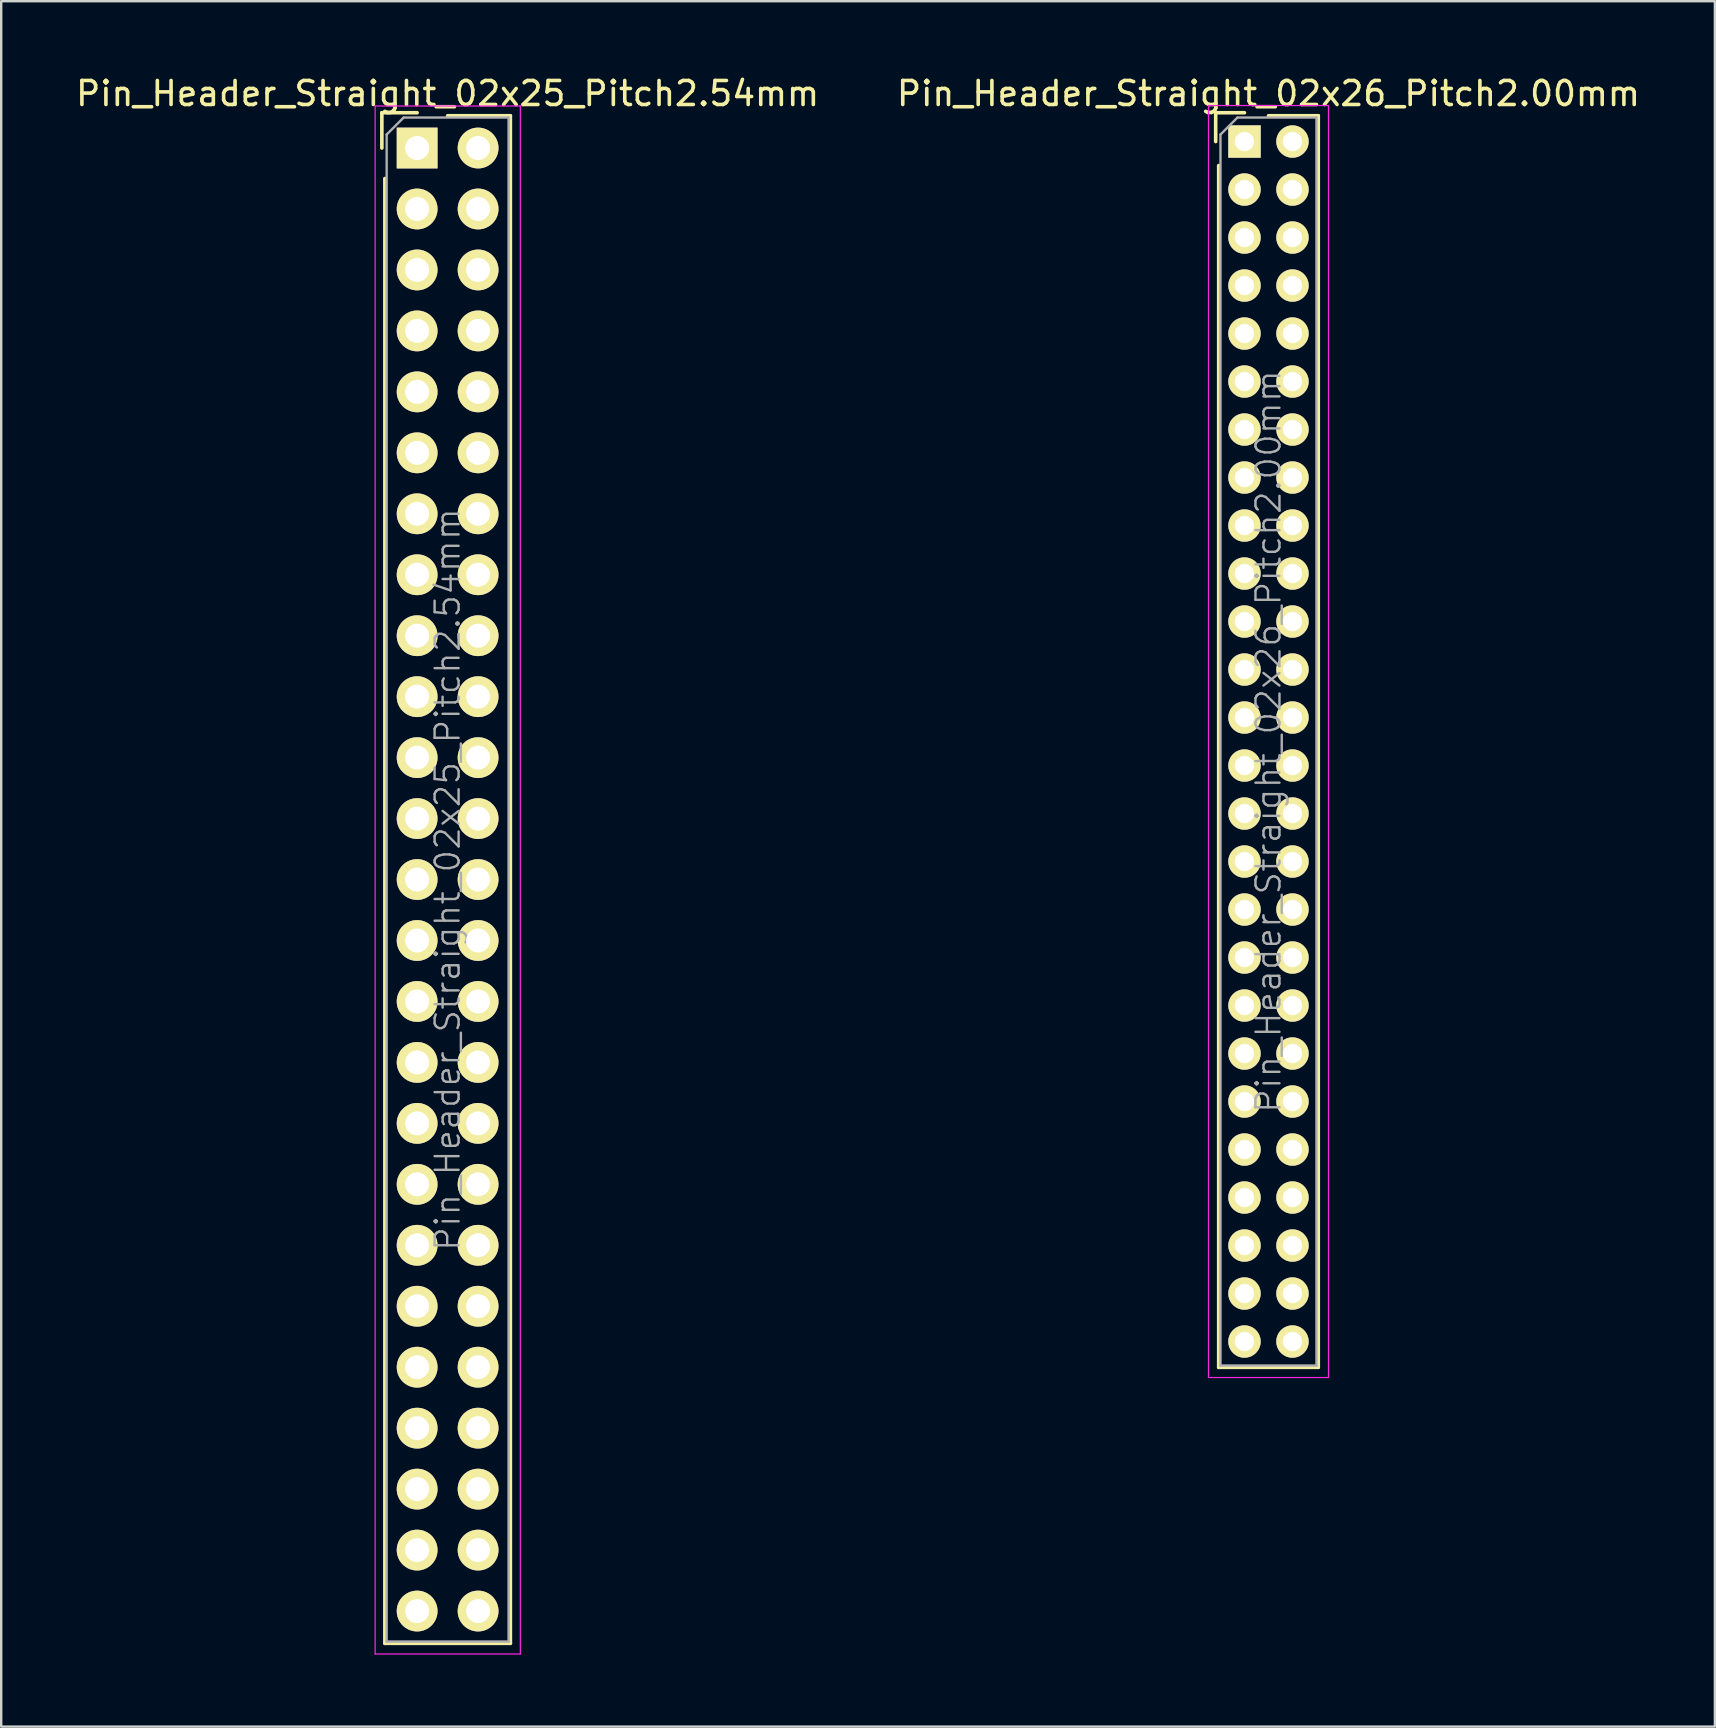
<source format=kicad_pcb>
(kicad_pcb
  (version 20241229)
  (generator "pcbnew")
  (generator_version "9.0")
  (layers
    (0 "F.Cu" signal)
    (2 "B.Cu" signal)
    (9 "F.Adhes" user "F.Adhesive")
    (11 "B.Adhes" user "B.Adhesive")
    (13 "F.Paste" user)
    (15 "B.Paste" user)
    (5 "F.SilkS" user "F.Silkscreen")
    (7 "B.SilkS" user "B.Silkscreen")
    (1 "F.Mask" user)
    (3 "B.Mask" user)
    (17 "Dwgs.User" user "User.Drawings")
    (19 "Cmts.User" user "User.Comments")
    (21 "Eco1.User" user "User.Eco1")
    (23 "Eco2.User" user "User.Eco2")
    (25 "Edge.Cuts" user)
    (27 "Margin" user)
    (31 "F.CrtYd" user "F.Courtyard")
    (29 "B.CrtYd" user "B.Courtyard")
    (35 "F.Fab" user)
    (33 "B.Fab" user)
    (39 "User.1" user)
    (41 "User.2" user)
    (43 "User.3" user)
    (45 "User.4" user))
  (footprint "Pin_Header_Straight_02x26_Pitch2.00mm"
    (layer "F.Cu")
    (at 48.804 2.848)
    (property "Reference" "Pin_Header_Straight_02x26_Pitch2.00mm" (at 1 -2 0) (layer "F.SilkS") (effects (font (size 1 1) (thickness 0.15))))
    (attr smd)
    (fp_line (start -1.2 -1.2) (end -1.2 0) (stroke (width 0.15) (type solid)) (layer "F.SilkS"))
    (fp_line (start -1.2 -1.2) (end 0 -1.2) (stroke (width 0.15) (type solid)) (layer "F.SilkS"))
    (fp_line (start -1.075 1) (end -1.075 51.075) (stroke (width 0.15) (type solid)) (layer "F.SilkS"))
    (fp_line (start -1.075 51.075) (end 3.075 51.075) (stroke (width 0.15) (type solid)) (layer "F.SilkS"))
    (fp_line (start 1 -1.075) (end 3.075 -1.075) (stroke (width 0.15) (type solid)) (layer "F.SilkS"))
    (fp_line (start 3.075 -1.075) (end 3.075 51.075) (stroke (width 0.15) (type solid)) (layer "F.SilkS"))
    (fp_line (start -1.5 -1.5) (end -1.5 51.5) (stroke (width 0.05) (type solid)) (layer "F.CrtYd"))
    (fp_line (start 3.5 -1.5) (end -1.5 -1.5) (stroke (width 0.05) (type solid)) (layer "F.CrtYd"))
    (fp_line (start 3.5 -1.5) (end 3.5 51.5) (stroke (width 0.05) (type solid)) (layer "F.CrtYd"))
    (fp_line (start 3.5 51.5) (end -1.5 51.5) (stroke (width 0.05) (type solid)) (layer "F.CrtYd"))
    (fp_line (start -1 -0.293) (end -0.293 -1) (stroke (width 0.1) (type solid)) (layer "F.Fab"))
    (fp_line (start -1 51) (end -1 -0.293) (stroke (width 0.1) (type solid)) (layer "F.Fab"))
    (fp_line (start 3 -1) (end -0.293 -1) (stroke (width 0.1) (type solid)) (layer "F.Fab"))
    (fp_line (start 3 51) (end -1 51) (stroke (width 0.1) (type solid)) (layer "F.Fab"))
    (fp_line (start 3 51) (end 3 -1) (stroke (width 0.1) (type solid)) (layer "F.Fab"))
    (fp_text user "${REFERENCE}" (at 1 25 90) (layer "F.Fab") (effects (font (size 1 1) (thickness 0.1))))
    (pad "1" thru_hole rect (at 0 0) (size 1.35 1.35) (drill 0.8) (layers "*.Cu" "*.Mask" "F.SilkS"))
    (pad "2" thru_hole oval (at 2 0) (size 1.35 1.35) (drill 0.8) (layers "*.Cu" "*.Mask" "F.SilkS"))
    (pad "3" thru_hole oval (at 0 2) (size 1.35 1.35) (drill 0.8) (layers "*.Cu" "*.Mask" "F.SilkS"))
    (pad "4" thru_hole oval (at 2 2) (size 1.35 1.35) (drill 0.8) (layers "*.Cu" "*.Mask" "F.SilkS"))
    (pad "5" thru_hole oval (at 0 4) (size 1.35 1.35) (drill 0.8) (layers "*.Cu" "*.Mask" "F.SilkS"))
    (pad "6" thru_hole oval (at 2 4) (size 1.35 1.35) (drill 0.8) (layers "*.Cu" "*.Mask" "F.SilkS"))
    (pad "7" thru_hole oval (at 0 6) (size 1.35 1.35) (drill 0.8) (layers "*.Cu" "*.Mask" "F.SilkS"))
    (pad "8" thru_hole oval (at 2 6) (size 1.35 1.35) (drill 0.8) (layers "*.Cu" "*.Mask" "F.SilkS"))
    (pad "9" thru_hole oval (at 0 8) (size 1.35 1.35) (drill 0.8) (layers "*.Cu" "*.Mask" "F.SilkS"))
    (pad "10" thru_hole oval (at 2 8) (size 1.35 1.35) (drill 0.8) (layers "*.Cu" "*.Mask" "F.SilkS"))
    (pad "11" thru_hole oval (at 0 10) (size 1.35 1.35) (drill 0.8) (layers "*.Cu" "*.Mask" "F.SilkS"))
    (pad "12" thru_hole oval (at 2 10) (size 1.35 1.35) (drill 0.8) (layers "*.Cu" "*.Mask" "F.SilkS"))
    (pad "13" thru_hole oval (at 0 12) (size 1.35 1.35) (drill 0.8) (layers "*.Cu" "*.Mask" "F.SilkS"))
    (pad "14" thru_hole oval (at 2 12) (size 1.35 1.35) (drill 0.8) (layers "*.Cu" "*.Mask" "F.SilkS"))
    (pad "15" thru_hole oval (at 0 14) (size 1.35 1.35) (drill 0.8) (layers "*.Cu" "*.Mask" "F.SilkS"))
    (pad "16" thru_hole oval (at 2 14) (size 1.35 1.35) (drill 0.8) (layers "*.Cu" "*.Mask" "F.SilkS"))
    (pad "17" thru_hole oval (at 0 16) (size 1.35 1.35) (drill 0.8) (layers "*.Cu" "*.Mask" "F.SilkS"))
    (pad "18" thru_hole oval (at 2 16) (size 1.35 1.35) (drill 0.8) (layers "*.Cu" "*.Mask" "F.SilkS"))
    (pad "19" thru_hole oval (at 0 18) (size 1.35 1.35) (drill 0.8) (layers "*.Cu" "*.Mask" "F.SilkS"))
    (pad "20" thru_hole oval (at 2 18) (size 1.35 1.35) (drill 0.8) (layers "*.Cu" "*.Mask" "F.SilkS"))
    (pad "21" thru_hole oval (at 0 20) (size 1.35 1.35) (drill 0.8) (layers "*.Cu" "*.Mask" "F.SilkS"))
    (pad "22" thru_hole oval (at 2 20) (size 1.35 1.35) (drill 0.8) (layers "*.Cu" "*.Mask" "F.SilkS"))
    (pad "23" thru_hole oval (at 0 22) (size 1.35 1.35) (drill 0.8) (layers "*.Cu" "*.Mask" "F.SilkS"))
    (pad "24" thru_hole oval (at 2 22) (size 1.35 1.35) (drill 0.8) (layers "*.Cu" "*.Mask" "F.SilkS"))
    (pad "25" thru_hole oval (at 0 24) (size 1.35 1.35) (drill 0.8) (layers "*.Cu" "*.Mask" "F.SilkS"))
    (pad "26" thru_hole oval (at 2 24) (size 1.35 1.35) (drill 0.8) (layers "*.Cu" "*.Mask" "F.SilkS"))
    (pad "27" thru_hole oval (at 0 26) (size 1.35 1.35) (drill 0.8) (layers "*.Cu" "*.Mask" "F.SilkS"))
    (pad "28" thru_hole oval (at 2 26) (size 1.35 1.35) (drill 0.8) (layers "*.Cu" "*.Mask" "F.SilkS"))
    (pad "29" thru_hole oval (at 0 28) (size 1.35 1.35) (drill 0.8) (layers "*.Cu" "*.Mask" "F.SilkS"))
    (pad "30" thru_hole oval (at 2 28) (size 1.35 1.35) (drill 0.8) (layers "*.Cu" "*.Mask" "F.SilkS"))
    (pad "31" thru_hole oval (at 0 30) (size 1.35 1.35) (drill 0.8) (layers "*.Cu" "*.Mask" "F.SilkS"))
    (pad "32" thru_hole oval (at 2 30) (size 1.35 1.35) (drill 0.8) (layers "*.Cu" "*.Mask" "F.SilkS"))
    (pad "33" thru_hole oval (at 0 32) (size 1.35 1.35) (drill 0.8) (layers "*.Cu" "*.Mask" "F.SilkS"))
    (pad "34" thru_hole oval (at 2 32) (size 1.35 1.35) (drill 0.8) (layers "*.Cu" "*.Mask" "F.SilkS"))
    (pad "35" thru_hole oval (at 0 34) (size 1.35 1.35) (drill 0.8) (layers "*.Cu" "*.Mask" "F.SilkS"))
    (pad "36" thru_hole oval (at 2 34) (size 1.35 1.35) (drill 0.8) (layers "*.Cu" "*.Mask" "F.SilkS"))
    (pad "37" thru_hole oval (at 0 36) (size 1.35 1.35) (drill 0.8) (layers "*.Cu" "*.Mask" "F.SilkS"))
    (pad "38" thru_hole oval (at 2 36) (size 1.35 1.35) (drill 0.8) (layers "*.Cu" "*.Mask" "F.SilkS"))
    (pad "39" thru_hole oval (at 0 38) (size 1.35 1.35) (drill 0.8) (layers "*.Cu" "*.Mask" "F.SilkS"))
    (pad "40" thru_hole oval (at 2 38) (size 1.35 1.35) (drill 0.8) (layers "*.Cu" "*.Mask" "F.SilkS"))
    (pad "41" thru_hole oval (at 0 40) (size 1.35 1.35) (drill 0.8) (layers "*.Cu" "*.Mask" "F.SilkS"))
    (pad "42" thru_hole oval (at 2 40) (size 1.35 1.35) (drill 0.8) (layers "*.Cu" "*.Mask" "F.SilkS"))
    (pad "43" thru_hole oval (at 0 42) (size 1.35 1.35) (drill 0.8) (layers "*.Cu" "*.Mask" "F.SilkS"))
    (pad "44" thru_hole oval (at 2 42) (size 1.35 1.35) (drill 0.8) (layers "*.Cu" "*.Mask" "F.SilkS"))
    (pad "45" thru_hole oval (at 0 44) (size 1.35 1.35) (drill 0.8) (layers "*.Cu" "*.Mask" "F.SilkS"))
    (pad "46" thru_hole oval (at 2 44) (size 1.35 1.35) (drill 0.8) (layers "*.Cu" "*.Mask" "F.SilkS"))
    (pad "47" thru_hole oval (at 0 46) (size 1.35 1.35) (drill 0.8) (layers "*.Cu" "*.Mask" "F.SilkS"))
    (pad "48" thru_hole oval (at 2 46) (size 1.35 1.35) (drill 0.8) (layers "*.Cu" "*.Mask" "F.SilkS"))
    (pad "49" thru_hole oval (at 0 48) (size 1.35 1.35) (drill 0.8) (layers "*.Cu" "*.Mask" "F.SilkS"))
    (pad "50" thru_hole oval (at 2 48) (size 1.35 1.35) (drill 0.8) (layers "*.Cu" "*.Mask" "F.SilkS"))
    (pad "51" thru_hole oval (at 0 50) (size 1.35 1.35) (drill 0.8) (layers "*.Cu" "*.Mask" "F.SilkS"))
    (pad "52" thru_hole oval (at 2 50) (size 1.35 1.35) (drill 0.8) (layers "*.Cu" "*.Mask" "F.SilkS")))
  (footprint "Pin_Header_Straight_02x25_Pitch2.54mm"
    (layer "F.Cu")
    (at 14.331 3.118)
    (property "Reference" "Pin_Header_Straight_02x25_Pitch2.54mm" (at 1.27 -2.27 0) (layer "F.SilkS") (effects (font (size 1 1) (thickness 0.15))))
    (attr smd)
    (fp_line (start -1.47 -1.47) (end -1.47 0) (stroke (width 0.15) (type solid)) (layer "F.SilkS"))
    (fp_line (start -1.47 -1.47) (end 0 -1.47) (stroke (width 0.15) (type solid)) (layer "F.SilkS"))
    (fp_line (start -1.345 1.27) (end -1.345 62.305) (stroke (width 0.15) (type solid)) (layer "F.SilkS"))
    (fp_line (start -1.345 62.305) (end 3.885 62.305) (stroke (width 0.15) (type solid)) (layer "F.SilkS"))
    (fp_line (start 1.27 -1.345) (end 3.885 -1.345) (stroke (width 0.15) (type solid)) (layer "F.SilkS"))
    (fp_line (start 3.885 -1.345) (end 3.885 62.305) (stroke (width 0.15) (type solid)) (layer "F.SilkS"))
    (fp_line (start -1.75 -1.75) (end -1.75 62.75) (stroke (width 0.05) (type solid)) (layer "F.CrtYd"))
    (fp_line (start 4.3 -1.75) (end -1.75 -1.75) (stroke (width 0.05) (type solid)) (layer "F.CrtYd"))
    (fp_line (start 4.3 -1.75) (end 4.3 62.75) (stroke (width 0.05) (type solid)) (layer "F.CrtYd"))
    (fp_line (start 4.3 62.75) (end -1.75 62.75) (stroke (width 0.05) (type solid)) (layer "F.CrtYd"))
    (fp_line (start -1.27 -0.563) (end -0.563 -1.27) (stroke (width 0.1) (type solid)) (layer "F.Fab"))
    (fp_line (start -1.27 62.23) (end -1.27 -0.563) (stroke (width 0.1) (type solid)) (layer "F.Fab"))
    (fp_line (start 3.81 -1.27) (end -0.563 -1.27) (stroke (width 0.1) (type solid)) (layer "F.Fab"))
    (fp_line (start 3.81 62.23) (end -1.27 62.23) (stroke (width 0.1) (type solid)) (layer "F.Fab"))
    (fp_line (start 3.81 62.23) (end 3.81 -1.27) (stroke (width 0.1) (type solid)) (layer "F.Fab"))
    (fp_text user "${REFERENCE}" (at 1.27 30.48 90) (layer "F.Fab") (effects (font (size 1 1) (thickness 0.1))))
    (pad "1" thru_hole rect (at 0 0) (size 1.7 1.7) (drill 1) (layers "*.Cu" "*.Mask" "F.SilkS"))
    (pad "2" thru_hole oval (at 2.54 0) (size 1.7 1.7) (drill 1) (layers "*.Cu" "*.Mask" "F.SilkS"))
    (pad "3" thru_hole oval (at 0 2.54) (size 1.7 1.7) (drill 1) (layers "*.Cu" "*.Mask" "F.SilkS"))
    (pad "4" thru_hole oval (at 2.54 2.54) (size 1.7 1.7) (drill 1) (layers "*.Cu" "*.Mask" "F.SilkS"))
    (pad "5" thru_hole oval (at 0 5.08) (size 1.7 1.7) (drill 1) (layers "*.Cu" "*.Mask" "F.SilkS"))
    (pad "6" thru_hole oval (at 2.54 5.08) (size 1.7 1.7) (drill 1) (layers "*.Cu" "*.Mask" "F.SilkS"))
    (pad "7" thru_hole oval (at 0 7.62) (size 1.7 1.7) (drill 1) (layers "*.Cu" "*.Mask" "F.SilkS"))
    (pad "8" thru_hole oval (at 2.54 7.62) (size 1.7 1.7) (drill 1) (layers "*.Cu" "*.Mask" "F.SilkS"))
    (pad "9" thru_hole oval (at 0 10.16) (size 1.7 1.7) (drill 1) (layers "*.Cu" "*.Mask" "F.SilkS"))
    (pad "10" thru_hole oval (at 2.54 10.16) (size 1.7 1.7) (drill 1) (layers "*.Cu" "*.Mask" "F.SilkS"))
    (pad "11" thru_hole oval (at 0 12.7) (size 1.7 1.7) (drill 1) (layers "*.Cu" "*.Mask" "F.SilkS"))
    (pad "12" thru_hole oval (at 2.54 12.7) (size 1.7 1.7) (drill 1) (layers "*.Cu" "*.Mask" "F.SilkS"))
    (pad "13" thru_hole oval (at 0 15.24) (size 1.7 1.7) (drill 1) (layers "*.Cu" "*.Mask" "F.SilkS"))
    (pad "14" thru_hole oval (at 2.54 15.24) (size 1.7 1.7) (drill 1) (layers "*.Cu" "*.Mask" "F.SilkS"))
    (pad "15" thru_hole oval (at 0 17.78) (size 1.7 1.7) (drill 1) (layers "*.Cu" "*.Mask" "F.SilkS"))
    (pad "16" thru_hole oval (at 2.54 17.78) (size 1.7 1.7) (drill 1) (layers "*.Cu" "*.Mask" "F.SilkS"))
    (pad "17" thru_hole oval (at 0 20.32) (size 1.7 1.7) (drill 1) (layers "*.Cu" "*.Mask" "F.SilkS"))
    (pad "18" thru_hole oval (at 2.54 20.32) (size 1.7 1.7) (drill 1) (layers "*.Cu" "*.Mask" "F.SilkS"))
    (pad "19" thru_hole oval (at 0 22.86) (size 1.7 1.7) (drill 1) (layers "*.Cu" "*.Mask" "F.SilkS"))
    (pad "20" thru_hole oval (at 2.54 22.86) (size 1.7 1.7) (drill 1) (layers "*.Cu" "*.Mask" "F.SilkS"))
    (pad "21" thru_hole oval (at 0 25.4) (size 1.7 1.7) (drill 1) (layers "*.Cu" "*.Mask" "F.SilkS"))
    (pad "22" thru_hole oval (at 2.54 25.4) (size 1.7 1.7) (drill 1) (layers "*.Cu" "*.Mask" "F.SilkS"))
    (pad "23" thru_hole oval (at 0 27.94) (size 1.7 1.7) (drill 1) (layers "*.Cu" "*.Mask" "F.SilkS"))
    (pad "24" thru_hole oval (at 2.54 27.94) (size 1.7 1.7) (drill 1) (layers "*.Cu" "*.Mask" "F.SilkS"))
    (pad "25" thru_hole oval (at 0 30.48) (size 1.7 1.7) (drill 1) (layers "*.Cu" "*.Mask" "F.SilkS"))
    (pad "26" thru_hole oval (at 2.54 30.48) (size 1.7 1.7) (drill 1) (layers "*.Cu" "*.Mask" "F.SilkS"))
    (pad "27" thru_hole oval (at 0 33.02) (size 1.7 1.7) (drill 1) (layers "*.Cu" "*.Mask" "F.SilkS"))
    (pad "28" thru_hole oval (at 2.54 33.02) (size 1.7 1.7) (drill 1) (layers "*.Cu" "*.Mask" "F.SilkS"))
    (pad "29" thru_hole oval (at 0 35.56) (size 1.7 1.7) (drill 1) (layers "*.Cu" "*.Mask" "F.SilkS"))
    (pad "30" thru_hole oval (at 2.54 35.56) (size 1.7 1.7) (drill 1) (layers "*.Cu" "*.Mask" "F.SilkS"))
    (pad "31" thru_hole oval (at 0 38.1) (size 1.7 1.7) (drill 1) (layers "*.Cu" "*.Mask" "F.SilkS"))
    (pad "32" thru_hole oval (at 2.54 38.1) (size 1.7 1.7) (drill 1) (layers "*.Cu" "*.Mask" "F.SilkS"))
    (pad "33" thru_hole oval (at 0 40.64) (size 1.7 1.7) (drill 1) (layers "*.Cu" "*.Mask" "F.SilkS"))
    (pad "34" thru_hole oval (at 2.54 40.64) (size 1.7 1.7) (drill 1) (layers "*.Cu" "*.Mask" "F.SilkS"))
    (pad "35" thru_hole oval (at 0 43.18) (size 1.7 1.7) (drill 1) (layers "*.Cu" "*.Mask" "F.SilkS"))
    (pad "36" thru_hole oval (at 2.54 43.18) (size 1.7 1.7) (drill 1) (layers "*.Cu" "*.Mask" "F.SilkS"))
    (pad "37" thru_hole oval (at 0 45.72) (size 1.7 1.7) (drill 1) (layers "*.Cu" "*.Mask" "F.SilkS"))
    (pad "38" thru_hole oval (at 2.54 45.72) (size 1.7 1.7) (drill 1) (layers "*.Cu" "*.Mask" "F.SilkS"))
    (pad "39" thru_hole oval (at 0 48.26) (size 1.7 1.7) (drill 1) (layers "*.Cu" "*.Mask" "F.SilkS"))
    (pad "40" thru_hole oval (at 2.54 48.26) (size 1.7 1.7) (drill 1) (layers "*.Cu" "*.Mask" "F.SilkS"))
    (pad "41" thru_hole oval (at 0 50.8) (size 1.7 1.7) (drill 1) (layers "*.Cu" "*.Mask" "F.SilkS"))
    (pad "42" thru_hole oval (at 2.54 50.8) (size 1.7 1.7) (drill 1) (layers "*.Cu" "*.Mask" "F.SilkS"))
    (pad "43" thru_hole oval (at 0 53.34) (size 1.7 1.7) (drill 1) (layers "*.Cu" "*.Mask" "F.SilkS"))
    (pad "44" thru_hole oval (at 2.54 53.34) (size 1.7 1.7) (drill 1) (layers "*.Cu" "*.Mask" "F.SilkS"))
    (pad "45" thru_hole oval (at 0 55.88) (size 1.7 1.7) (drill 1) (layers "*.Cu" "*.Mask" "F.SilkS"))
    (pad "46" thru_hole oval (at 2.54 55.88) (size 1.7 1.7) (drill 1) (layers "*.Cu" "*.Mask" "F.SilkS"))
    (pad "47" thru_hole oval (at 0 58.42) (size 1.7 1.7) (drill 1) (layers "*.Cu" "*.Mask" "F.SilkS"))
    (pad "48" thru_hole oval (at 2.54 58.42) (size 1.7 1.7) (drill 1) (layers "*.Cu" "*.Mask" "F.SilkS"))
    (pad "49" thru_hole oval (at 0 60.96) (size 1.7 1.7) (drill 1) (layers "*.Cu" "*.Mask" "F.SilkS"))
    (pad "50" thru_hole oval (at 2.54 60.96) (size 1.7 1.7) (drill 1) (layers "*.Cu" "*.Mask" "F.SilkS")))
  (gr_rect
    (start -3 -3)
    (end 68.405 68.893)
    (stroke (width 0.1) (type default))
    (fill no)
    (layer "Edge.Cuts")))
</source>
